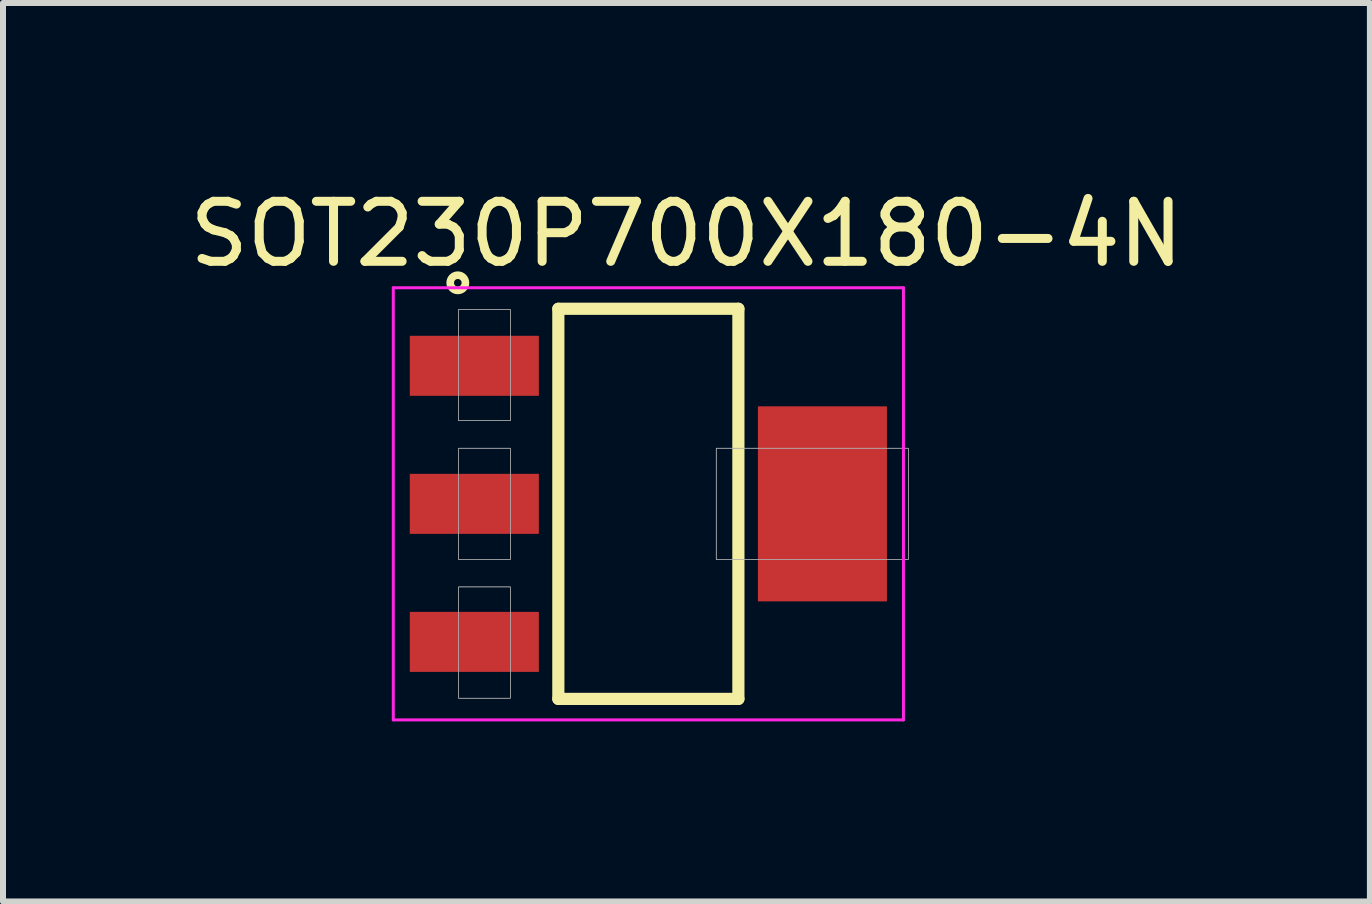
<source format=kicad_pcb>
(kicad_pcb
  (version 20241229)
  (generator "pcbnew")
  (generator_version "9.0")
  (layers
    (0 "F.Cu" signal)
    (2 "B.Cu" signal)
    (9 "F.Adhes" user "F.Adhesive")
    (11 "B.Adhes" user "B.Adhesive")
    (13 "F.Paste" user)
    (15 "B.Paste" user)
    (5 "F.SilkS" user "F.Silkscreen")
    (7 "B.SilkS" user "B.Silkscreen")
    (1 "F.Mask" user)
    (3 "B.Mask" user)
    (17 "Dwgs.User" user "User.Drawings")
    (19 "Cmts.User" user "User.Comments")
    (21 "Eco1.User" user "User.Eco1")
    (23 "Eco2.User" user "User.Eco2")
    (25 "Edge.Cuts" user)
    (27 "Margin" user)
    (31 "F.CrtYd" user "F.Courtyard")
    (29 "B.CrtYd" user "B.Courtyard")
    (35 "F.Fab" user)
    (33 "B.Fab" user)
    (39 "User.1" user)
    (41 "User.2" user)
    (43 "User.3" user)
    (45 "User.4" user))
  (footprint "SOT230P700X180-4N"
    (layer "F.Cu")
    (at 7.753 5.345)
    (property "Reference" "SOT230P700X180-4N" (at 0.635 -4.496 0) (layer "F.SilkS") (effects (font (size 1 1) (thickness 0.15))))
    (attr through_hole)
    (fp_line (start -1.5 -3.25) (end 1.5 -3.25) (stroke (width 0.203) (type solid)) (layer "F.SilkS"))
    (fp_line (start -1.5 3.25) (end -1.5 -3.25) (stroke (width 0.203) (type solid)) (layer "F.SilkS"))
    (fp_line (start 1.5 -3.25) (end 1.5 3.25) (stroke (width 0.203) (type solid)) (layer "F.SilkS"))
    (fp_line (start 1.5 3.25) (end -1.5 3.25) (stroke (width 0.203) (type solid)) (layer "F.SilkS"))
    (fp_circle (center -3.175 -3.683) (end -3.048 -3.683) (stroke (width 0.127) (type solid)) (fill no) (layer "F.SilkS"))
    (fp_line (start -4.25 -3.6) (end 4.25 -3.6) (stroke (width 0.05) (type solid)) (layer "F.CrtYd"))
    (fp_line (start -4.25 3.6) (end -4.25 -3.6) (stroke (width 0.05) (type solid)) (layer "F.CrtYd"))
    (fp_line (start 4.25 -3.6) (end 4.25 3.6) (stroke (width 0.05) (type solid)) (layer "F.CrtYd"))
    (fp_line (start 4.25 3.6) (end -4.25 3.6) (stroke (width 0.05) (type solid)) (layer "F.CrtYd"))
    (fp_poly (pts (xy -3.165 -3.239) (xy -2.299 -3.239) (xy -2.299 -1.385) (xy -3.165 -1.385)) (stroke (width 0.01) (type solid)) (fill no) (layer "F.Fab"))
    (fp_poly (pts (xy -3.163 1.384) (xy -2.299 1.384) (xy -2.299 3.239) (xy -3.163 3.239)) (stroke (width 0.01) (type solid)) (fill no) (layer "F.Fab"))
    (fp_poly (pts (xy -3.163 -0.927) (xy -2.299 -0.927) (xy -2.299 0.927) (xy -3.163 0.927)) (stroke (width 0.01) (type solid)) (fill no) (layer "F.Fab"))
    (fp_poly (pts (xy -3.163 -3.239) (xy -2.299 -3.239) (xy -2.299 -1.385) (xy -3.163 -1.385)) (stroke (width 0.01) (type solid)) (fill no) (layer "F.Fab"))
    (fp_poly (pts (xy -3.163 1.384) (xy -2.299 1.384) (xy -2.299 3.239) (xy -3.163 3.239)) (stroke (width 0.01) (type solid)) (fill no) (layer "F.Fab"))
    (fp_poly (pts (xy -3.162 -0.927) (xy -2.299 -0.927) (xy -2.299 0.927) (xy -3.162 0.927)) (stroke (width 0.01) (type solid)) (fill no) (layer "F.Fab"))
    (fp_poly (pts (xy 1.131 -0.927) (xy 4.331 -0.927) (xy 4.331 0.928) (xy 1.131 0.928)) (stroke (width 0.01) (type solid)) (fill no) (layer "F.Fab"))
    (fp_poly (pts (xy 1.131 -0.927) (xy 4.331 -0.927) (xy 4.331 0.928) (xy 1.131 0.928)) (stroke (width 0.01) (type solid)) (fill no) (layer "F.Fab"))
    (pad "1" smd rect (at -2.9 -2.3 270) (size 1 2.15) (layers "F.Cu" "F.Mask" "F.Paste"))
    (pad "2" smd rect (at -2.9 0 270) (size 1 2.15) (layers "F.Cu" "F.Mask" "F.Paste"))
    (pad "3" smd rect (at -2.9 2.3 270) (size 1 2.15) (layers "F.Cu" "F.Mask" "F.Paste"))
    (pad "4" smd rect (at 2.9 0 270) (size 3.25 2.15) (layers "F.Cu" "F.Mask" "F.Paste")))
  (gr_rect
    (start -3 -3)
    (end 19.775 11.97)
    (stroke (width 0.1) (type default))
    (fill no)
    (layer "Edge.Cuts")))
</source>
